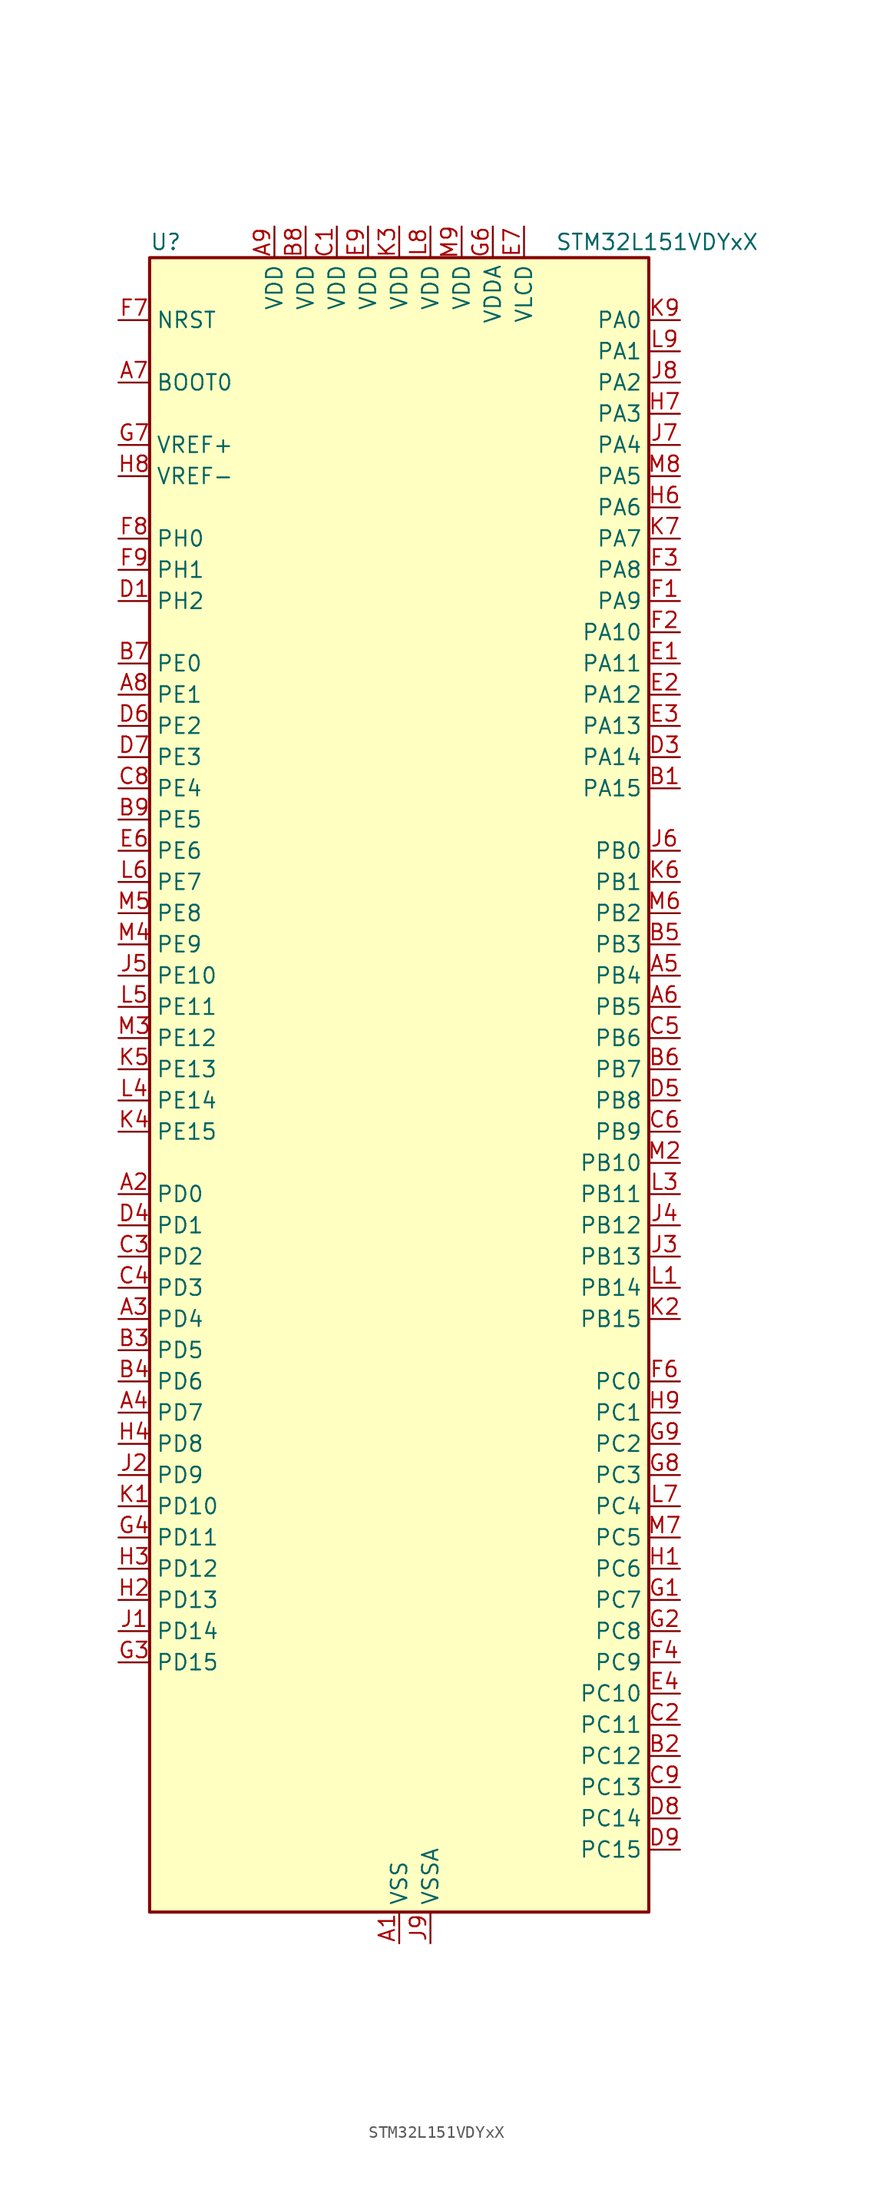
<source format=kicad_sym>
(kicad_symbol_lib
  (version 20241209)
  (generator "kicad_symbol_editor")
  (generator_version "9.0")
  (symbol "STM32L151VDYxX"
    (property "Reference" "U"
      (at -20.32 69.85 0)
      (effects (font (size 1.27 1.27)) (justify left)))
    (property "Value" "STM32L151VDYxX"
      (at 12.7 69.85 0)
      (effects (font (size 1.27 1.27)) (justify left)))
    (symbol "STM32L151VDYxX_0_1"
      (rectangle (start -20.32 -66.04) (end 20.32 68.58) (stroke (width 0.254) (type default)) (fill (type background))))
    (symbol "STM32L151VDYxX_1_1"
      (pin input line (at -22.86 63.5 0) (length 2.54) (name "NRST" (effects (font (size 1.27 1.27)))) (number "F7" (effects (font (size 1.27 1.27)))))
      (pin input line (at -22.86 58.42 0) (length 2.54) (name "BOOT0" (effects (font (size 1.27 1.27)))) (number "A7" (effects (font (size 1.27 1.27)))))
      (pin input line (at -22.86 53.34 0) (length 2.54) (name "VREF+" (effects (font (size 1.27 1.27)))) (number "G7" (effects (font (size 1.27 1.27)))))
      (pin input line (at -22.86 50.8 0) (length 2.54) (name "VREF-" (effects (font (size 1.27 1.27)))) (number "H8" (effects (font (size 1.27 1.27)))))
      (pin bidirectional line (at -22.86 45.72 0) (length 2.54) (name "PH0" (effects (font (size 1.27 1.27)))) (number "F8" (effects (font (size 1.27 1.27)))) (alternate "RCC_OSC_IN" bidirectional line))
      (pin bidirectional line (at -22.86 43.18 0) (length 2.54) (name "PH1" (effects (font (size 1.27 1.27)))) (number "F9" (effects (font (size 1.27 1.27)))) (alternate "RCC_OSC_OUT" bidirectional line))
      (pin bidirectional line (at -22.86 40.64 0) (length 2.54) (name "PH2" (effects (font (size 1.27 1.27)))) (number "D1" (effects (font (size 1.27 1.27)))))
      (pin bidirectional line (at -22.86 35.56 0) (length 2.54) (name "PE0" (effects (font (size 1.27 1.27)))) (number "B7" (effects (font (size 1.27 1.27)))) (alternate "TIM10_CH1" bidirectional line) (alternate "TIM4_ETR" bidirectional line) (alternate "TIMX_IC1" bidirectional line))
      (pin bidirectional line (at -22.86 33.02 0) (length 2.54) (name "PE1" (effects (font (size 1.27 1.27)))) (number "A8" (effects (font (size 1.27 1.27)))) (alternate "TIM11_CH1" bidirectional line) (alternate "TIMX_IC2" bidirectional line))
      (pin bidirectional line (at -22.86 30.48 0) (length 2.54) (name "PE2" (effects (font (size 1.27 1.27)))) (number "D6" (effects (font (size 1.27 1.27)))) (alternate "SYS_TRACECK" bidirectional line) (alternate "TIM3_ETR" bidirectional line) (alternate "TIMX_IC3" bidirectional line))
      (pin bidirectional line (at -22.86 27.94 0) (length 2.54) (name "PE3" (effects (font (size 1.27 1.27)))) (number "D7" (effects (font (size 1.27 1.27)))) (alternate "SYS_TRACED0" bidirectional line) (alternate "TIM3_CH1" bidirectional line) (alternate "TIMX_IC4" bidirectional line))
      (pin bidirectional line (at -22.86 25.4 0) (length 2.54) (name "PE4" (effects (font (size 1.27 1.27)))) (number "C8" (effects (font (size 1.27 1.27)))) (alternate "SYS_TRACED1" bidirectional line) (alternate "TIM3_CH2" bidirectional line) (alternate "TIMX_IC1" bidirectional line))
      (pin bidirectional line (at -22.86 22.86 0) (length 2.54) (name "PE5" (effects (font (size 1.27 1.27)))) (number "B9" (effects (font (size 1.27 1.27)))) (alternate "SYS_TRACED2" bidirectional line) (alternate "TIM9_CH1" bidirectional line) (alternate "TIMX_IC2" bidirectional line))
      (pin bidirectional line (at -22.86 20.32 0) (length 2.54) (name "PE6" (effects (font (size 1.27 1.27)))) (number "E6" (effects (font (size 1.27 1.27)))) (alternate "RTC_TAMP3" bidirectional line) (alternate "SYS_TRACED3" bidirectional line) (alternate "SYS_WKUP3" bidirectional line) (alternate "TIM9_CH2" bidirectional line) (alternate "TIMX_IC3" bidirectional line))
      (pin bidirectional line (at -22.86 17.78 0) (length 2.54) (name "PE7" (effects (font (size 1.27 1.27)))) (number "L6" (effects (font (size 1.27 1.27)))) (alternate "ADC_IN22" bidirectional line) (alternate "COMP1_INP" bidirectional line) (alternate "TIMX_IC4" bidirectional line))
      (pin bidirectional line (at -22.86 15.24 0) (length 2.54) (name "PE8" (effects (font (size 1.27 1.27)))) (number "M5" (effects (font (size 1.27 1.27)))) (alternate "ADC_IN23" bidirectional line) (alternate "COMP1_INP" bidirectional line) (alternate "TIMX_IC1" bidirectional line))
      (pin bidirectional line (at -22.86 12.7 0) (length 2.54) (name "PE9" (effects (font (size 1.27 1.27)))) (number "M4" (effects (font (size 1.27 1.27)))) (alternate "ADC_IN24" bidirectional line) (alternate "COMP1_INP" bidirectional line) (alternate "DAC_EXTI9" bidirectional line) (alternate "TIM2_CH1" bidirectional line) (alternate "TIM2_ETR" bidirectional line) (alternate "TIMX_IC2" bidirectional line))
      (pin bidirectional line (at -22.86 10.16 0) (length 2.54) (name "PE10" (effects (font (size 1.27 1.27)))) (number "J5" (effects (font (size 1.27 1.27)))) (alternate "ADC_IN25" bidirectional line) (alternate "COMP1_INP" bidirectional line) (alternate "TIM2_CH2" bidirectional line) (alternate "TIMX_IC3" bidirectional line))
      (pin bidirectional line (at -22.86 7.62 0) (length 2.54) (name "PE11" (effects (font (size 1.27 1.27)))) (number "L5" (effects (font (size 1.27 1.27)))) (alternate "ADC_EXTI11" bidirectional line) (alternate "TIM2_CH3" bidirectional line) (alternate "TIMX_IC4" bidirectional line))
      (pin bidirectional line (at -22.86 5.08 0) (length 2.54) (name "PE12" (effects (font (size 1.27 1.27)))) (number "M3" (effects (font (size 1.27 1.27)))) (alternate "SPI1_NSS" bidirectional line) (alternate "TIM2_CH4" bidirectional line) (alternate "TIMX_IC1" bidirectional line))
      (pin bidirectional line (at -22.86 2.54 0) (length 2.54) (name "PE13" (effects (font (size 1.27 1.27)))) (number "K5" (effects (font (size 1.27 1.27)))) (alternate "SPI1_SCK" bidirectional line) (alternate "TIMX_IC2" bidirectional line))
      (pin bidirectional line (at -22.86 0 0) (length 2.54) (name "PE14" (effects (font (size 1.27 1.27)))) (number "L4" (effects (font (size 1.27 1.27)))) (alternate "SPI1_MISO" bidirectional line) (alternate "TIMX_IC3" bidirectional line))
      (pin bidirectional line (at -22.86 -2.54 0) (length 2.54) (name "PE15" (effects (font (size 1.27 1.27)))) (number "K4" (effects (font (size 1.27 1.27)))) (alternate "ADC_EXTI15" bidirectional line) (alternate "SPI1_MOSI" bidirectional line) (alternate "TIMX_IC4" bidirectional line))
      (pin bidirectional line (at -22.86 -7.62 0) (length 2.54) (name "PD0" (effects (font (size 1.27 1.27)))) (number "A2" (effects (font (size 1.27 1.27)))) (alternate "I2S2_WS" bidirectional line) (alternate "SPI2_NSS" bidirectional line) (alternate "TIM9_CH1" bidirectional line) (alternate "TIMX_IC1" bidirectional line))
      (pin bidirectional line (at -22.86 -10.16 0) (length 2.54) (name "PD1" (effects (font (size 1.27 1.27)))) (number "D4" (effects (font (size 1.27 1.27)))) (alternate "I2S2_CK" bidirectional line) (alternate "SPI2_SCK" bidirectional line) (alternate "TIMX_IC2" bidirectional line))
      (pin bidirectional line (at -22.86 -12.7 0) (length 2.54) (name "PD2" (effects (font (size 1.27 1.27)))) (number "C3" (effects (font (size 1.27 1.27)))) (alternate "TIM3_ETR" bidirectional line) (alternate "TIMX_IC3" bidirectional line) (alternate "UART5_RX" bidirectional line))
      (pin bidirectional line (at -22.86 -15.24 0) (length 2.54) (name "PD3" (effects (font (size 1.27 1.27)))) (number "C4" (effects (font (size 1.27 1.27)))) (alternate "SPI2_MISO" bidirectional line) (alternate "TIMX_IC4" bidirectional line) (alternate "USART2_CTS" bidirectional line))
      (pin bidirectional line (at -22.86 -17.78 0) (length 2.54) (name "PD4" (effects (font (size 1.27 1.27)))) (number "A3" (effects (font (size 1.27 1.27)))) (alternate "I2S2_SD" bidirectional line) (alternate "SPI2_MOSI" bidirectional line) (alternate "TIMX_IC1" bidirectional line) (alternate "USART2_RTS" bidirectional line))
      (pin bidirectional line (at -22.86 -20.32 0) (length 2.54) (name "PD5" (effects (font (size 1.27 1.27)))) (number "B3" (effects (font (size 1.27 1.27)))) (alternate "TIMX_IC2" bidirectional line) (alternate "USART2_TX" bidirectional line))
      (pin bidirectional line (at -22.86 -22.86 0) (length 2.54) (name "PD6" (effects (font (size 1.27 1.27)))) (number "B4" (effects (font (size 1.27 1.27)))) (alternate "TIMX_IC3" bidirectional line) (alternate "USART2_RX" bidirectional line))
      (pin bidirectional line (at -22.86 -25.4 0) (length 2.54) (name "PD7" (effects (font (size 1.27 1.27)))) (number "A4" (effects (font (size 1.27 1.27)))) (alternate "TIM9_CH2" bidirectional line) (alternate "TIMX_IC4" bidirectional line) (alternate "USART2_CK" bidirectional line))
      (pin bidirectional line (at -22.86 -27.94 0) (length 2.54) (name "PD8" (effects (font (size 1.27 1.27)))) (number "H4" (effects (font (size 1.27 1.27)))) (alternate "TIMX_IC1" bidirectional line) (alternate "USART3_TX" bidirectional line))
      (pin bidirectional line (at -22.86 -30.48 0) (length 2.54) (name "PD9" (effects (font (size 1.27 1.27)))) (number "J2" (effects (font (size 1.27 1.27)))) (alternate "DAC_EXTI9" bidirectional line) (alternate "TIMX_IC2" bidirectional line) (alternate "USART3_RX" bidirectional line))
      (pin bidirectional line (at -22.86 -33.02 0) (length 2.54) (name "PD10" (effects (font (size 1.27 1.27)))) (number "K1" (effects (font (size 1.27 1.27)))) (alternate "TIMX_IC3" bidirectional line) (alternate "USART3_CK" bidirectional line))
      (pin bidirectional line (at -22.86 -35.56 0) (length 2.54) (name "PD11" (effects (font (size 1.27 1.27)))) (number "G4" (effects (font (size 1.27 1.27)))) (alternate "ADC_EXTI11" bidirectional line) (alternate "TIMX_IC4" bidirectional line) (alternate "USART3_CTS" bidirectional line))
      (pin bidirectional line (at -22.86 -38.1 0) (length 2.54) (name "PD12" (effects (font (size 1.27 1.27)))) (number "H3" (effects (font (size 1.27 1.27)))) (alternate "TIM4_CH1" bidirectional line) (alternate "TIMX_IC1" bidirectional line) (alternate "USART3_RTS" bidirectional line))
      (pin bidirectional line (at -22.86 -40.64 0) (length 2.54) (name "PD13" (effects (font (size 1.27 1.27)))) (number "H2" (effects (font (size 1.27 1.27)))) (alternate "TIM4_CH2" bidirectional line) (alternate "TIMX_IC2" bidirectional line))
      (pin bidirectional line (at -22.86 -43.18 0) (length 2.54) (name "PD14" (effects (font (size 1.27 1.27)))) (number "J1" (effects (font (size 1.27 1.27)))) (alternate "TIM4_CH3" bidirectional line) (alternate "TIMX_IC3" bidirectional line))
      (pin bidirectional line (at -22.86 -45.72 0) (length 2.54) (name "PD15" (effects (font (size 1.27 1.27)))) (number "G3" (effects (font (size 1.27 1.27)))) (alternate "ADC_EXTI15" bidirectional line) (alternate "TIM4_CH4" bidirectional line) (alternate "TIMX_IC4" bidirectional line))
      (pin power_in line (at -10.16 71.12 270) (length 2.54) (name "VDD" (effects (font (size 1.27 1.27)))) (number "A9" (effects (font (size 1.27 1.27)))))
      (pin power_in line (at -7.62 71.12 270) (length 2.54) (name "VDD" (effects (font (size 1.27 1.27)))) (number "B8" (effects (font (size 1.27 1.27)))))
      (pin power_in line (at -5.08 71.12 270) (length 2.54) (name "VDD" (effects (font (size 1.27 1.27)))) (number "C1" (effects (font (size 1.27 1.27)))))
      (pin power_in line (at -2.54 71.12 270) (length 2.54) (name "VDD" (effects (font (size 1.27 1.27)))) (number "E9" (effects (font (size 1.27 1.27)))))
      (pin power_in line (at 0 71.12 270) (length 2.54) (name "VDD" (effects (font (size 1.27 1.27)))) (number "K3" (effects (font (size 1.27 1.27)))))
      (pin power_in line (at 0 -68.58 90) (length 2.54) (name "VSS" (effects (font (size 1.27 1.27)))) (number "A1" (effects (font (size 1.27 1.27)))))
      (pin passive line (at 0 -68.58 90) (length 2.54) (hide yes) (name "VSS" (effects (font (size 1.27 1.27)))) (number "C7" (effects (font (size 1.27 1.27)))))
      (pin passive line (at 0 -68.58 90) (length 2.54) (hide yes) (name "VSS" (effects (font (size 1.27 1.27)))) (number "D2" (effects (font (size 1.27 1.27)))))
      (pin passive line (at 0 -68.58 90) (length 2.54) (hide yes) (name "VSS" (effects (font (size 1.27 1.27)))) (number "E8" (effects (font (size 1.27 1.27)))))
      (pin passive line (at 0 -68.58 90) (length 2.54) (hide yes) (name "VSS" (effects (font (size 1.27 1.27)))) (number "K8" (effects (font (size 1.27 1.27)))))
      (pin passive line (at 0 -68.58 90) (length 2.54) (hide yes) (name "VSS" (effects (font (size 1.27 1.27)))) (number "L2" (effects (font (size 1.27 1.27)))))
      (pin passive line (at 0 -68.58 90) (length 2.54) (hide yes) (name "VSS" (effects (font (size 1.27 1.27)))) (number "M1" (effects (font (size 1.27 1.27)))))
      (pin power_in line (at 2.54 71.12 270) (length 2.54) (name "VDD" (effects (font (size 1.27 1.27)))) (number "L8" (effects (font (size 1.27 1.27)))))
      (pin power_in line (at 2.54 -68.58 90) (length 2.54) (name "VSSA" (effects (font (size 1.27 1.27)))) (number "J9" (effects (font (size 1.27 1.27)))))
      (pin power_in line (at 5.08 71.12 270) (length 2.54) (name "VDD" (effects (font (size 1.27 1.27)))) (number "M9" (effects (font (size 1.27 1.27)))))
      (pin power_in line (at 7.62 71.12 270) (length 2.54) (name "VDDA" (effects (font (size 1.27 1.27)))) (number "G6" (effects (font (size 1.27 1.27)))))
      (pin power_in line (at 10.16 71.12 270) (length 2.54) (name "VLCD" (effects (font (size 1.27 1.27)))) (number "E7" (effects (font (size 1.27 1.27)))))
      (pin bidirectional line (at 22.86 63.5 180) (length 2.54) (name "PA0" (effects (font (size 1.27 1.27)))) (number "K9" (effects (font (size 1.27 1.27)))) (alternate "ADC_IN0" bidirectional line) (alternate "COMP1_INP" bidirectional line) (alternate "RTC_TAMP2" bidirectional line) (alternate "SYS_WKUP1" bidirectional line) (alternate "TIM2_CH1" bidirectional line) (alternate "TIM2_ETR" bidirectional line) (alternate "TIM5_CH1" bidirectional line) (alternate "TIMX_IC1" bidirectional line) (alternate "TS_G1_IO1" bidirectional line) (alternate "USART2_CTS" bidirectional line))
      (pin bidirectional line (at 22.86 60.96 180) (length 2.54) (name "PA1" (effects (font (size 1.27 1.27)))) (number "L9" (effects (font (size 1.27 1.27)))) (alternate "ADC_IN1" bidirectional line) (alternate "COMP1_INP" bidirectional line) (alternate "OPAMP1_VINP" bidirectional line) (alternate "TIM2_CH2" bidirectional line) (alternate "TIM5_CH2" bidirectional line) (alternate "TIMX_IC2" bidirectional line) (alternate "TS_G1_IO2" bidirectional line) (alternate "USART2_RTS" bidirectional line))
      (pin bidirectional line (at 22.86 58.42 180) (length 2.54) (name "PA2" (effects (font (size 1.27 1.27)))) (number "J8" (effects (font (size 1.27 1.27)))) (alternate "ADC_IN2" bidirectional line) (alternate "COMP1_INP" bidirectional line) (alternate "OPAMP1_VINM" bidirectional line) (alternate "TIM2_CH3" bidirectional line) (alternate "TIM5_CH3" bidirectional line) (alternate "TIM9_CH1" bidirectional line) (alternate "TIMX_IC3" bidirectional line) (alternate "TS_G1_IO3" bidirectional line) (alternate "USART2_TX" bidirectional line))
      (pin bidirectional line (at 22.86 55.88 180) (length 2.54) (name "PA3" (effects (font (size 1.27 1.27)))) (number "H7" (effects (font (size 1.27 1.27)))) (alternate "ADC_IN3" bidirectional line) (alternate "COMP1_INP" bidirectional line) (alternate "OPAMP1_VOUT" bidirectional line) (alternate "TIM2_CH4" bidirectional line) (alternate "TIM5_CH4" bidirectional line) (alternate "TIM9_CH2" bidirectional line) (alternate "TIMX_IC4" bidirectional line) (alternate "TS_G1_IO4" bidirectional line) (alternate "USART2_RX" bidirectional line))
      (pin bidirectional line (at 22.86 53.34 180) (length 2.54) (name "PA4" (effects (font (size 1.27 1.27)))) (number "J7" (effects (font (size 1.27 1.27)))) (alternate "ADC_IN4" bidirectional line) (alternate "COMP1_INP" bidirectional line) (alternate "DAC_OUT1" bidirectional line) (alternate "I2S3_WS" bidirectional line) (alternate "SPI1_NSS" bidirectional line) (alternate "SPI3_NSS" bidirectional line) (alternate "TIMX_IC1" bidirectional line) (alternate "USART2_CK" bidirectional line))
      (pin bidirectional line (at 22.86 50.8 180) (length 2.54) (name "PA5" (effects (font (size 1.27 1.27)))) (number "M8" (effects (font (size 1.27 1.27)))) (alternate "ADC_IN5" bidirectional line) (alternate "COMP1_INP" bidirectional line) (alternate "DAC_OUT2" bidirectional line) (alternate "SPI1_SCK" bidirectional line) (alternate "TIM2_CH1" bidirectional line) (alternate "TIM2_ETR" bidirectional line) (alternate "TIMX_IC2" bidirectional line))
      (pin bidirectional line (at 22.86 48.26 180) (length 2.54) (name "PA6" (effects (font (size 1.27 1.27)))) (number "H6" (effects (font (size 1.27 1.27)))) (alternate "ADC_IN6" bidirectional line) (alternate "COMP1_INP" bidirectional line) (alternate "OPAMP2_VINP" bidirectional line) (alternate "SPI1_MISO" bidirectional line) (alternate "TIM10_CH1" bidirectional line) (alternate "TIM3_CH1" bidirectional line) (alternate "TIMX_IC3" bidirectional line) (alternate "TS_G2_IO1" bidirectional line))
      (pin bidirectional line (at 22.86 45.72 180) (length 2.54) (name "PA7" (effects (font (size 1.27 1.27)))) (number "K7" (effects (font (size 1.27 1.27)))) (alternate "ADC_IN7" bidirectional line) (alternate "COMP1_INP" bidirectional line) (alternate "OPAMP2_VINM" bidirectional line) (alternate "SPI1_MOSI" bidirectional line) (alternate "TIM11_CH1" bidirectional line) (alternate "TIM3_CH2" bidirectional line) (alternate "TIMX_IC4" bidirectional line) (alternate "TS_G2_IO2" bidirectional line))
      (pin bidirectional line (at 22.86 43.18 180) (length 2.54) (name "PA8" (effects (font (size 1.27 1.27)))) (number "F3" (effects (font (size 1.27 1.27)))) (alternate "RCC_MCO" bidirectional line) (alternate "TIMX_IC1" bidirectional line) (alternate "TS_G4_IO1" bidirectional line) (alternate "USART1_CK" bidirectional line))
      (pin bidirectional line (at 22.86 40.64 180) (length 2.54) (name "PA9" (effects (font (size 1.27 1.27)))) (number "F1" (effects (font (size 1.27 1.27)))) (alternate "DAC_EXTI9" bidirectional line) (alternate "TIMX_IC2" bidirectional line) (alternate "TS_G4_IO2" bidirectional line) (alternate "USART1_TX" bidirectional line))
      (pin bidirectional line (at 22.86 38.1 180) (length 2.54) (name "PA10" (effects (font (size 1.27 1.27)))) (number "F2" (effects (font (size 1.27 1.27)))) (alternate "TIMX_IC3" bidirectional line) (alternate "TS_G4_IO3" bidirectional line) (alternate "USART1_RX" bidirectional line))
      (pin bidirectional line (at 22.86 35.56 180) (length 2.54) (name "PA11" (effects (font (size 1.27 1.27)))) (number "E1" (effects (font (size 1.27 1.27)))) (alternate "ADC_EXTI11" bidirectional line) (alternate "SPI1_MISO" bidirectional line) (alternate "TIMX_IC4" bidirectional line) (alternate "USART1_CTS" bidirectional line) (alternate "USB_DM" bidirectional line))
      (pin bidirectional line (at 22.86 33.02 180) (length 2.54) (name "PA12" (effects (font (size 1.27 1.27)))) (number "E2" (effects (font (size 1.27 1.27)))) (alternate "SPI1_MOSI" bidirectional line) (alternate "TIMX_IC1" bidirectional line) (alternate "USART1_RTS" bidirectional line) (alternate "USB_DP" bidirectional line))
      (pin bidirectional line (at 22.86 30.48 180) (length 2.54) (name "PA13" (effects (font (size 1.27 1.27)))) (number "E3" (effects (font (size 1.27 1.27)))) (alternate "SYS_JTMS-SWDIO" bidirectional line) (alternate "TIMX_IC2" bidirectional line) (alternate "TS_G5_IO1" bidirectional line))
      (pin bidirectional line (at 22.86 27.94 180) (length 2.54) (name "PA14" (effects (font (size 1.27 1.27)))) (number "D3" (effects (font (size 1.27 1.27)))) (alternate "SYS_JTCK-SWCLK" bidirectional line) (alternate "TIMX_IC3" bidirectional line) (alternate "TS_G5_IO2" bidirectional line))
      (pin bidirectional line (at 22.86 25.4 180) (length 2.54) (name "PA15" (effects (font (size 1.27 1.27)))) (number "B1" (effects (font (size 1.27 1.27)))) (alternate "ADC_EXTI15" bidirectional line) (alternate "I2S3_WS" bidirectional line) (alternate "SPI1_NSS" bidirectional line) (alternate "SPI3_NSS" bidirectional line) (alternate "SYS_JTDI" bidirectional line) (alternate "TIM2_CH1" bidirectional line) (alternate "TIM2_ETR" bidirectional line) (alternate "TIMX_IC4" bidirectional line) (alternate "TS_G5_IO3" bidirectional line))
      (pin bidirectional line (at 22.86 20.32 180) (length 2.54) (name "PB0" (effects (font (size 1.27 1.27)))) (number "J6" (effects (font (size 1.27 1.27)))) (alternate "ADC_IN8" bidirectional line) (alternate "COMP1_INP" bidirectional line) (alternate "OPAMP2_VOUT" bidirectional line) (alternate "SYS_V_REF_OUT" bidirectional line) (alternate "TIM3_CH3" bidirectional line) (alternate "TS_G3_IO1" bidirectional line))
      (pin bidirectional line (at 22.86 17.78 180) (length 2.54) (name "PB1" (effects (font (size 1.27 1.27)))) (number "K6" (effects (font (size 1.27 1.27)))) (alternate "ADC_IN9" bidirectional line) (alternate "COMP1_INP" bidirectional line) (alternate "SYS_V_REF_OUT" bidirectional line) (alternate "TIM3_CH4" bidirectional line) (alternate "TS_G3_IO2" bidirectional line))
      (pin bidirectional line (at 22.86 15.24 180) (length 2.54) (name "PB2" (effects (font (size 1.27 1.27)))) (number "M6" (effects (font (size 1.27 1.27)))) (alternate "ADC_IN0b" bidirectional line) (alternate "TS_G3_IO3" bidirectional line))
      (pin bidirectional line (at 22.86 12.7 180) (length 2.54) (name "PB3" (effects (font (size 1.27 1.27)))) (number "B5" (effects (font (size 1.27 1.27)))) (alternate "COMP2_INM" bidirectional line) (alternate "I2S3_CK" bidirectional line) (alternate "SPI1_SCK" bidirectional line) (alternate "SPI3_SCK" bidirectional line) (alternate "SYS_JTDO-TRACESWO" bidirectional line) (alternate "TIM2_CH2" bidirectional line))
      (pin bidirectional line (at 22.86 10.16 180) (length 2.54) (name "PB4" (effects (font (size 1.27 1.27)))) (number "A5" (effects (font (size 1.27 1.27)))) (alternate "COMP2_INP" bidirectional line) (alternate "SPI1_MISO" bidirectional line) (alternate "SPI3_MISO" bidirectional line) (alternate "SYS_JTRST" bidirectional line) (alternate "TIM3_CH1" bidirectional line) (alternate "TS_G6_IO1" bidirectional line))
      (pin bidirectional line (at 22.86 7.62 180) (length 2.54) (name "PB5" (effects (font (size 1.27 1.27)))) (number "A6" (effects (font (size 1.27 1.27)))) (alternate "COMP2_INP" bidirectional line) (alternate "I2C1_SMBA" bidirectional line) (alternate "I2S3_SD" bidirectional line) (alternate "SPI1_MOSI" bidirectional line) (alternate "SPI3_MOSI" bidirectional line) (alternate "TIM3_CH2" bidirectional line) (alternate "TS_G6_IO2" bidirectional line))
      (pin bidirectional line (at 22.86 5.08 180) (length 2.54) (name "PB6" (effects (font (size 1.27 1.27)))) (number "C5" (effects (font (size 1.27 1.27)))) (alternate "COMP2_INP" bidirectional line) (alternate "I2C1_SCL" bidirectional line) (alternate "TIM4_CH1" bidirectional line) (alternate "TS_G6_IO3" bidirectional line) (alternate "USART1_TX" bidirectional line))
      (pin bidirectional line (at 22.86 2.54 180) (length 2.54) (name "PB7" (effects (font (size 1.27 1.27)))) (number "B6" (effects (font (size 1.27 1.27)))) (alternate "COMP2_INP" bidirectional line) (alternate "I2C1_SDA" bidirectional line) (alternate "SYS_PVD_IN" bidirectional line) (alternate "TIM4_CH2" bidirectional line) (alternate "TS_G6_IO4" bidirectional line) (alternate "USART1_RX" bidirectional line))
      (pin bidirectional line (at 22.86 0 180) (length 2.54) (name "PB8" (effects (font (size 1.27 1.27)))) (number "D5" (effects (font (size 1.27 1.27)))) (alternate "I2C1_SCL" bidirectional line) (alternate "TIM10_CH1" bidirectional line) (alternate "TIM4_CH3" bidirectional line))
      (pin bidirectional line (at 22.86 -2.54 180) (length 2.54) (name "PB9" (effects (font (size 1.27 1.27)))) (number "C6" (effects (font (size 1.27 1.27)))) (alternate "DAC_EXTI9" bidirectional line) (alternate "I2C1_SDA" bidirectional line) (alternate "TIM11_CH1" bidirectional line) (alternate "TIM4_CH4" bidirectional line))
      (pin bidirectional line (at 22.86 -5.08 180) (length 2.54) (name "PB10" (effects (font (size 1.27 1.27)))) (number "M2" (effects (font (size 1.27 1.27)))) (alternate "I2C2_SCL" bidirectional line) (alternate "TIM2_CH3" bidirectional line) (alternate "USART3_TX" bidirectional line))
      (pin bidirectional line (at 22.86 -7.62 180) (length 2.54) (name "PB11" (effects (font (size 1.27 1.27)))) (number "L3" (effects (font (size 1.27 1.27)))) (alternate "ADC_EXTI11" bidirectional line) (alternate "I2C2_SDA" bidirectional line) (alternate "TIM2_CH4" bidirectional line) (alternate "USART3_RX" bidirectional line))
      (pin bidirectional line (at 22.86 -10.16 180) (length 2.54) (name "PB12" (effects (font (size 1.27 1.27)))) (number "J4" (effects (font (size 1.27 1.27)))) (alternate "ADC_IN18" bidirectional line) (alternate "COMP1_INP" bidirectional line) (alternate "I2C2_SMBA" bidirectional line) (alternate "I2S2_WS" bidirectional line) (alternate "SPI2_NSS" bidirectional line) (alternate "TIM10_CH1" bidirectional line) (alternate "TS_G7_IO1" bidirectional line) (alternate "USART3_CK" bidirectional line))
      (pin bidirectional line (at 22.86 -12.7 180) (length 2.54) (name "PB13" (effects (font (size 1.27 1.27)))) (number "J3" (effects (font (size 1.27 1.27)))) (alternate "ADC_IN19" bidirectional line) (alternate "COMP1_INP" bidirectional line) (alternate "I2S2_CK" bidirectional line) (alternate "SPI2_SCK" bidirectional line) (alternate "TIM9_CH1" bidirectional line) (alternate "TS_G7_IO2" bidirectional line) (alternate "USART3_CTS" bidirectional line))
      (pin bidirectional line (at 22.86 -15.24 180) (length 2.54) (name "PB14" (effects (font (size 1.27 1.27)))) (number "L1" (effects (font (size 1.27 1.27)))) (alternate "ADC_IN20" bidirectional line) (alternate "COMP1_INP" bidirectional line) (alternate "SPI2_MISO" bidirectional line) (alternate "TIM9_CH2" bidirectional line) (alternate "TS_G7_IO3" bidirectional line) (alternate "USART3_RTS" bidirectional line))
      (pin bidirectional line (at 22.86 -17.78 180) (length 2.54) (name "PB15" (effects (font (size 1.27 1.27)))) (number "K2" (effects (font (size 1.27 1.27)))) (alternate "ADC_EXTI15" bidirectional line) (alternate "ADC_IN21" bidirectional line) (alternate "COMP1_INP" bidirectional line) (alternate "I2S2_SD" bidirectional line) (alternate "RTC_REFIN" bidirectional line) (alternate "SPI2_MOSI" bidirectional line) (alternate "TIM11_CH1" bidirectional line) (alternate "TS_G7_IO4" bidirectional line))
      (pin bidirectional line (at 22.86 -22.86 180) (length 2.54) (name "PC0" (effects (font (size 1.27 1.27)))) (number "F6" (effects (font (size 1.27 1.27)))) (alternate "ADC_IN10" bidirectional line) (alternate "COMP1_INP" bidirectional line) (alternate "TIMX_IC1" bidirectional line) (alternate "TS_G8_IO1" bidirectional line))
      (pin bidirectional line (at 22.86 -25.4 180) (length 2.54) (name "PC1" (effects (font (size 1.27 1.27)))) (number "H9" (effects (font (size 1.27 1.27)))) (alternate "ADC_IN11" bidirectional line) (alternate "COMP1_INP" bidirectional line) (alternate "TIMX_IC2" bidirectional line) (alternate "TS_G8_IO2" bidirectional line))
      (pin bidirectional line (at 22.86 -27.94 180) (length 2.54) (name "PC2" (effects (font (size 1.27 1.27)))) (number "G9" (effects (font (size 1.27 1.27)))) (alternate "ADC_IN12" bidirectional line) (alternate "COMP1_INP" bidirectional line) (alternate "TIMX_IC3" bidirectional line) (alternate "TS_G8_IO3" bidirectional line))
      (pin bidirectional line (at 22.86 -30.48 180) (length 2.54) (name "PC3" (effects (font (size 1.27 1.27)))) (number "G8" (effects (font (size 1.27 1.27)))) (alternate "ADC_IN13" bidirectional line) (alternate "COMP1_INP" bidirectional line) (alternate "TIMX_IC4" bidirectional line) (alternate "TS_G8_IO4" bidirectional line))
      (pin bidirectional line (at 22.86 -33.02 180) (length 2.54) (name "PC4" (effects (font (size 1.27 1.27)))) (number "L7" (effects (font (size 1.27 1.27)))) (alternate "ADC_IN14" bidirectional line) (alternate "COMP1_INP" bidirectional line) (alternate "TIMX_IC1" bidirectional line) (alternate "TS_G9_IO1" bidirectional line))
      (pin bidirectional line (at 22.86 -35.56 180) (length 2.54) (name "PC5" (effects (font (size 1.27 1.27)))) (number "M7" (effects (font (size 1.27 1.27)))) (alternate "ADC_IN15" bidirectional line) (alternate "COMP1_INP" bidirectional line) (alternate "TIMX_IC2" bidirectional line) (alternate "TS_G9_IO2" bidirectional line))
      (pin bidirectional line (at 22.86 -38.1 180) (length 2.54) (name "PC6" (effects (font (size 1.27 1.27)))) (number "H1" (effects (font (size 1.27 1.27)))) (alternate "I2S2_MCK" bidirectional line) (alternate "TIM3_CH1" bidirectional line) (alternate "TIMX_IC3" bidirectional line) (alternate "TS_G10_IO1" bidirectional line))
      (pin bidirectional line (at 22.86 -40.64 180) (length 2.54) (name "PC7" (effects (font (size 1.27 1.27)))) (number "G1" (effects (font (size 1.27 1.27)))) (alternate "I2S3_MCK" bidirectional line) (alternate "TIM3_CH2" bidirectional line) (alternate "TIMX_IC4" bidirectional line) (alternate "TS_G10_IO2" bidirectional line))
      (pin bidirectional line (at 22.86 -43.18 180) (length 2.54) (name "PC8" (effects (font (size 1.27 1.27)))) (number "G2" (effects (font (size 1.27 1.27)))) (alternate "TIM3_CH3" bidirectional line) (alternate "TIMX_IC1" bidirectional line) (alternate "TS_G10_IO3" bidirectional line))
      (pin bidirectional line (at 22.86 -45.72 180) (length 2.54) (name "PC9" (effects (font (size 1.27 1.27)))) (number "F4" (effects (font (size 1.27 1.27)))) (alternate "DAC_EXTI9" bidirectional line) (alternate "TIM3_CH4" bidirectional line) (alternate "TIMX_IC2" bidirectional line) (alternate "TS_G10_IO4" bidirectional line))
      (pin bidirectional line (at 22.86 -48.26 180) (length 2.54) (name "PC10" (effects (font (size 1.27 1.27)))) (number "E4" (effects (font (size 1.27 1.27)))) (alternate "I2S3_CK" bidirectional line) (alternate "SPI3_SCK" bidirectional line) (alternate "TIMX_IC3" bidirectional line) (alternate "UART4_TX" bidirectional line) (alternate "USART3_TX" bidirectional line))
      (pin bidirectional line (at 22.86 -50.8 180) (length 2.54) (name "PC11" (effects (font (size 1.27 1.27)))) (number "C2" (effects (font (size 1.27 1.27)))) (alternate "ADC_EXTI11" bidirectional line) (alternate "SPI3_MISO" bidirectional line) (alternate "TIMX_IC4" bidirectional line) (alternate "UART4_RX" bidirectional line) (alternate "USART3_RX" bidirectional line))
      (pin bidirectional line (at 22.86 -53.34 180) (length 2.54) (name "PC12" (effects (font (size 1.27 1.27)))) (number "B2" (effects (font (size 1.27 1.27)))) (alternate "I2S3_SD" bidirectional line) (alternate "SPI3_MOSI" bidirectional line) (alternate "TIMX_IC1" bidirectional line) (alternate "UART5_TX" bidirectional line) (alternate "USART3_CK" bidirectional line))
      (pin bidirectional line (at 22.86 -55.88 180) (length 2.54) (name "PC13" (effects (font (size 1.27 1.27)))) (number "C9" (effects (font (size 1.27 1.27)))) (alternate "RTC_OUT_ALARM" bidirectional line) (alternate "RTC_OUT_CALIB" bidirectional line) (alternate "RTC_TAMP1" bidirectional line) (alternate "RTC_TS" bidirectional line) (alternate "SYS_WKUP2" bidirectional line) (alternate "TIMX_IC2" bidirectional line))
      (pin bidirectional line (at 22.86 -58.42 180) (length 2.54) (name "PC14" (effects (font (size 1.27 1.27)))) (number "D8" (effects (font (size 1.27 1.27)))) (alternate "RCC_OSC32_IN" bidirectional line) (alternate "TIMX_IC3" bidirectional line))
      (pin bidirectional line (at 22.86 -60.96 180) (length 2.54) (name "PC15" (effects (font (size 1.27 1.27)))) (number "D9" (effects (font (size 1.27 1.27)))) (alternate "ADC_EXTI15" bidirectional line) (alternate "RCC_OSC32_OUT" bidirectional line) (alternate "TIMX_IC4" bidirectional line)))))
</source>
